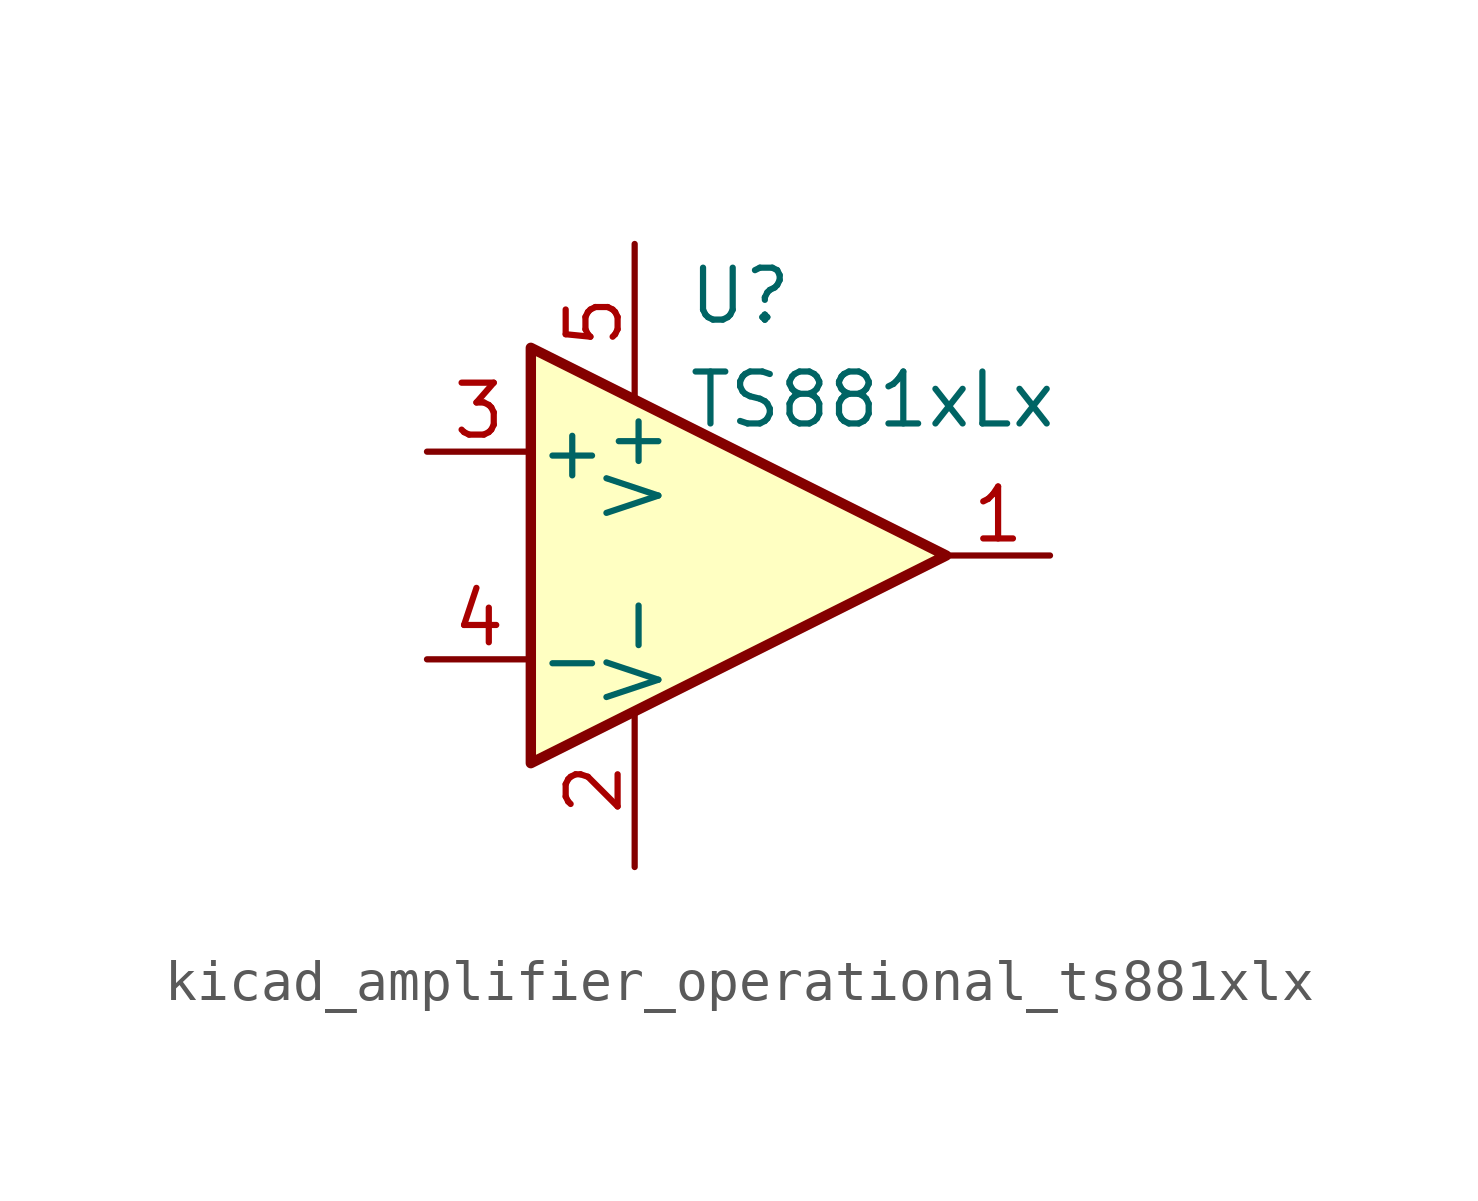
<source format=kicad_sym>
(kicad_symbol_lib
  (version 20220914)
  (generator kicad_symbol_editor)
  (symbol "kicad_amplifier_operational_ts881xlx"
    (pin_names
      (offset 0.127))
    (property "Reference" "U"
      (at -1.27 6.35 0)
      (effects (font (size 1.27 1.27)) (justify left)))
    (property "Value" "TS881xLx"
      (at -1.27 3.81 0)
      (effects (font (size 1.27 1.27)) (justify left)))
    (symbol "kicad_amplifier_operational_ts881xlx_0_1"
      (polyline (pts (xy -5.08 5.08) (xy 5.08 0) (xy -5.08 -5.08) (xy -5.08 5.08)) (stroke (width 0.254) (type default)) (fill (type background)))
      (pin power_in line (at -2.54 -7.62 90) (length 3.81) (name "V-" (effects (font (size 1.27 1.27)))) (number "2" (effects (font (size 1.27 1.27)))))
      (pin power_in line (at -2.54 7.62 270) (length 3.81) (name "V+" (effects (font (size 1.27 1.27)))) (number "5" (effects (font (size 1.27 1.27))))))
    (symbol "kicad_amplifier_operational_ts881xlx_1_1"
      (pin output line (at 7.62 0 180) (length 2.54) (name "~" (effects (font (size 1.27 1.27)))) (number "1" (effects (font (size 1.27 1.27)))))
      (pin input line (at -7.62 2.54 0) (length 2.54) (name "+" (effects (font (size 1.27 1.27)))) (number "3" (effects (font (size 1.27 1.27)))))
      (pin input line (at -7.62 -2.54 0) (length 2.54) (name "-" (effects (font (size 1.27 1.27)))) (number "4" (effects (font (size 1.27 1.27))))))))
</source>
